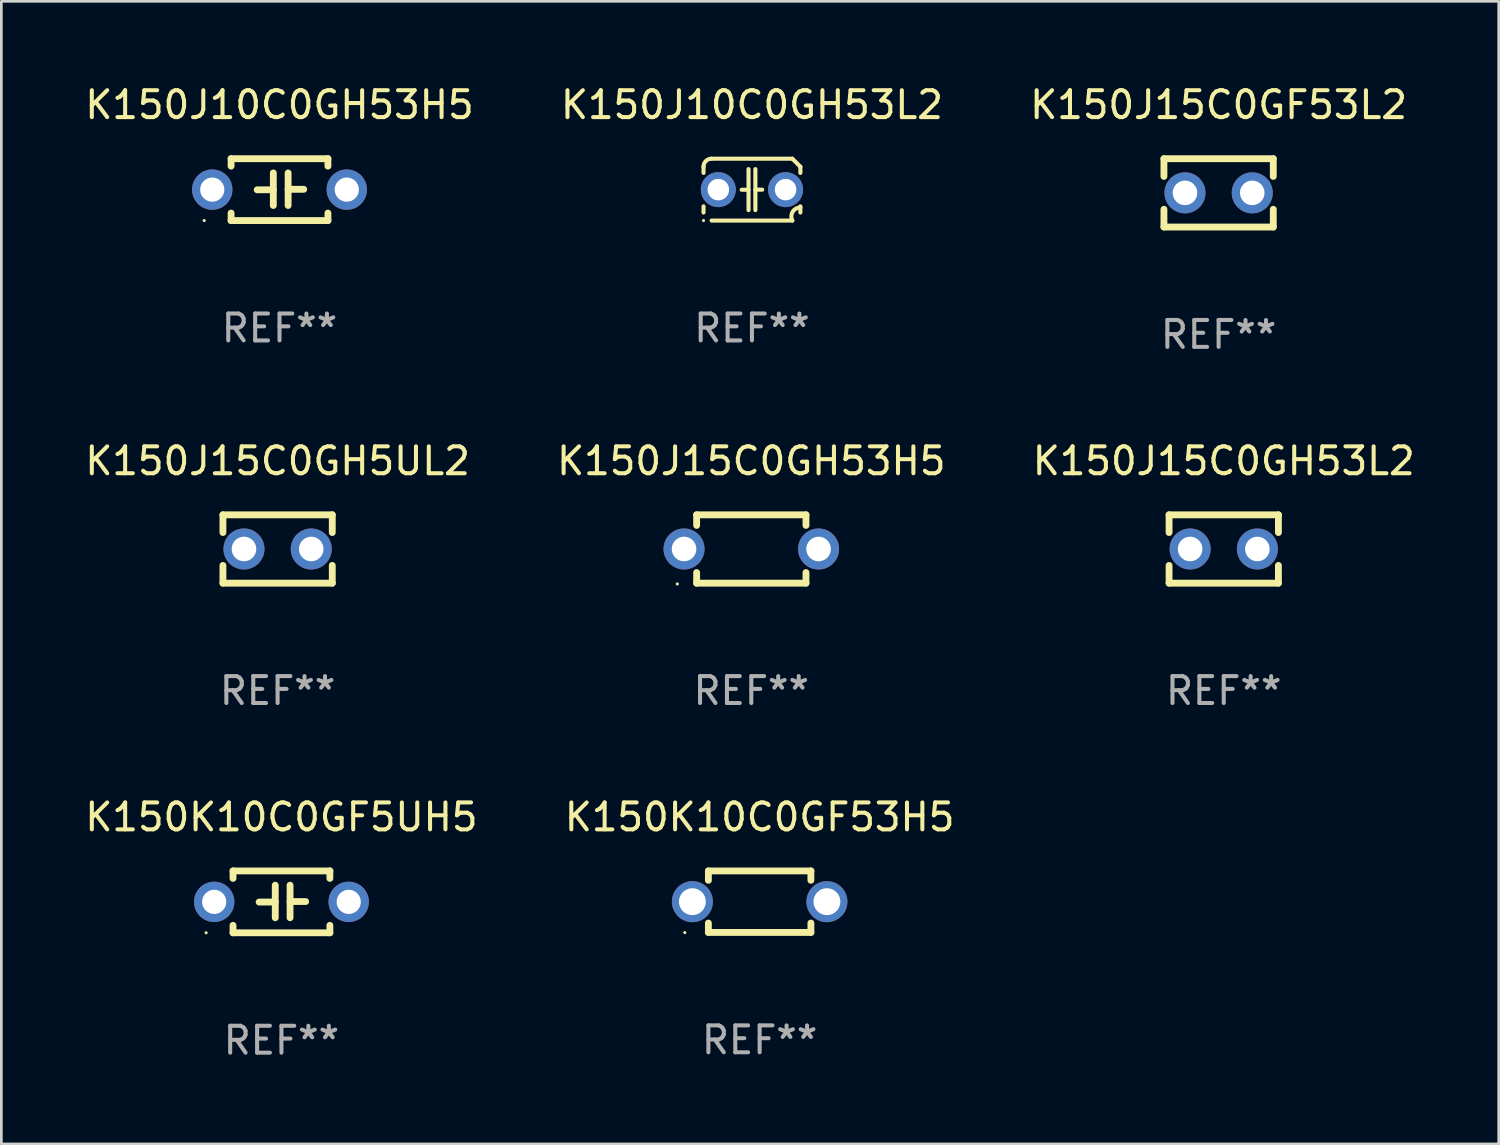
<source format=kicad_pcb>
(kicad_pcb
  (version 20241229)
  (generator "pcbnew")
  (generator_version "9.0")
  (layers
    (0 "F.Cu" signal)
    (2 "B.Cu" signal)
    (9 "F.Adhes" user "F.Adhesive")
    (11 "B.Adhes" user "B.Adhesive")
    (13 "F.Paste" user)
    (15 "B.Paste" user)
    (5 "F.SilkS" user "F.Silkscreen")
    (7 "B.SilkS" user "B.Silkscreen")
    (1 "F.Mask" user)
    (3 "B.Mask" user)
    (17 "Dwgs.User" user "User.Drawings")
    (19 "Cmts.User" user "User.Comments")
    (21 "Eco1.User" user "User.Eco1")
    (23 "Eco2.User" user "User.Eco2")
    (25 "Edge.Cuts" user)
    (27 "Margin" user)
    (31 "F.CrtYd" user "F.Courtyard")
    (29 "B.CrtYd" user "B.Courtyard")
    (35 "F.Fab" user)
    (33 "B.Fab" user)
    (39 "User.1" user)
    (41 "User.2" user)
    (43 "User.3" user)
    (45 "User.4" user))
  (footprint "K150K10C0GF53H5"
    (layer "F.Cu")
    (at 25.185 30.464)
    (property "Reference" "K150K10C0GF53H5" (at 0 -3.143 0) (layer "F.SilkS") (effects (font (size 1 1) (thickness 0.15))))
    (attr through_hole)
    (fp_line (start -1.905 -1.143) (end 1.905 -1.143) (stroke (width 0.254) (type solid)) (layer "F.SilkS"))
    (fp_line (start -1.905 -0.795) (end -1.905 -1.143) (stroke (width 0.254) (type solid)) (layer "F.SilkS"))
    (fp_line (start -1.905 1.143) (end -1.905 0.795) (stroke (width 0.254) (type solid)) (layer "F.SilkS"))
    (fp_line (start 1.905 -1.143) (end 1.905 -0.795) (stroke (width 0.254) (type solid)) (layer "F.SilkS"))
    (fp_line (start 1.905 0.795) (end 1.905 1.143) (stroke (width 0.254) (type solid)) (layer "F.SilkS"))
    (fp_line (start 1.905 1.143) (end -1.905 1.143) (stroke (width 0.254) (type solid)) (layer "F.SilkS"))
    (fp_circle (center -2.781 1.15) (end -2.751 1.15) (stroke (width 0.06) (type solid)) (fill no) (layer "F.SilkS"))
    (fp_text user "REF**" (at 0 5.143 0) (layer "F.Fab") (effects (font (size 1 1) (thickness 0.15))))
    (pad "1" thru_hole circle (at -2.5 0) (size 1.524 1.524) (drill 1) (layers "*.Cu" "*.Mask"))
    (pad "2" thru_hole circle (at 2.5 0) (size 1.524 1.524) (drill 1) (layers "*.Cu" "*.Mask")))
  (footprint "K150J10C0GH53H5"
    (layer "F.Cu")
    (at 7.339 3.998)
    (property "Reference" "K150J10C0GH53H5" (at 0 -3.15 0) (layer "F.SilkS") (effects (font (size 1 1) (thickness 0.15))))
    (attr through_hole)
    (fp_line (start -1.8 -1.15) (end -1.8 -0.872) (stroke (width 0.254) (type solid)) (layer "F.SilkS"))
    (fp_line (start -1.8 -1.15) (end 1.8 -1.15) (stroke (width 0.254) (type solid)) (layer "F.SilkS"))
    (fp_line (start -1.8 0.872) (end -1.8 1.15) (stroke (width 0.254) (type solid)) (layer "F.SilkS"))
    (fp_line (start -1.8 1.15) (end 1.8 1.15) (stroke (width 0.254) (type solid)) (layer "F.SilkS"))
    (fp_line (start -0.23 -0.62) (end -0.23 0.59) (stroke (width 0.254) (type solid)) (layer "F.SilkS"))
    (fp_line (start -0.23 0.007) (end -0.83 0.007) (stroke (width 0.254) (type solid)) (layer "F.SilkS"))
    (fp_line (start 0.32 -0.62) (end 0.32 0.59) (stroke (width 0.254) (type solid)) (layer "F.SilkS"))
    (fp_line (start 0.32 -0.012) (end 0.9 -0.012) (stroke (width 0.254) (type solid)) (layer "F.SilkS"))
    (fp_line (start 1.8 -1.15) (end 1.8 -0.872) (stroke (width 0.254) (type solid)) (layer "F.SilkS"))
    (fp_line (start 1.8 0.872) (end 1.8 1.15) (stroke (width 0.254) (type solid)) (layer "F.SilkS"))
    (fp_circle (center -2.8 1.15) (end -2.77 1.15) (stroke (width 0.06) (type solid)) (fill no) (layer "F.SilkS"))
    (fp_text user "REF**" (at 0 5.15 0) (layer "F.Fab") (effects (font (size 1 1) (thickness 0.15))))
    (pad "1" thru_hole circle (at -2.5 0) (size 1.5 1.5) (drill 0.9) (layers "*.Cu" "*.Mask"))
    (pad "2" thru_hole circle (at 2.5 0) (size 1.5 1.5) (drill 0.9) (layers "*.Cu" "*.Mask")))
  (footprint "K150J15C0GH53H5"
    (layer "F.Cu")
    (at 24.875 17.355)
    (property "Reference" "K150J15C0GH53H5" (at 0 -3.27 0) (layer "F.SilkS") (effects (font (size 1 1) (thickness 0.15))))
    (attr through_hole)
    (fp_line (start -2.032 -1.27) (end -2.032 -0.876) (stroke (width 0.254) (type solid)) (layer "F.SilkS"))
    (fp_line (start -2.032 0.876) (end -2.032 1.27) (stroke (width 0.254) (type solid)) (layer "F.SilkS"))
    (fp_line (start -2.032 1.27) (end 2.032 1.27) (stroke (width 0.254) (type solid)) (layer "F.SilkS"))
    (fp_line (start 2.032 -1.27) (end -2.032 -1.27) (stroke (width 0.254) (type solid)) (layer "F.SilkS"))
    (fp_line (start 2.032 -0.876) (end 2.032 -1.27) (stroke (width 0.254) (type solid)) (layer "F.SilkS"))
    (fp_line (start 2.032 1.27) (end 2.032 0.876) (stroke (width 0.254) (type solid)) (layer "F.SilkS"))
    (fp_circle (center -2.751 1.3) (end -2.721 1.3) (stroke (width 0.06) (type solid)) (fill no) (layer "F.SilkS"))
    (fp_text user "REF**" (at 0 5.27 0) (layer "F.Fab") (effects (font (size 1 1) (thickness 0.15))))
    (pad "1" thru_hole circle (at -2.5 0) (size 1.524 1.524) (drill 0.914) (layers "*.Cu" "*.Mask"))
    (pad "2" thru_hole circle (at 2.5 0) (size 1.524 1.524) (drill 0.914) (layers "*.Cu" "*.Mask")))
  (footprint "K150K10C0GF5UH5"
    (layer "F.Cu")
    (at 7.411 30.471)
    (property "Reference" "K150K10C0GF5UH5" (at 0 -3.15 0) (layer "F.SilkS") (effects (font (size 1 1) (thickness 0.15))))
    (attr through_hole)
    (fp_line (start -1.8 -1.15) (end -1.8 -0.872) (stroke (width 0.254) (type solid)) (layer "F.SilkS"))
    (fp_line (start -1.8 -1.15) (end 1.8 -1.15) (stroke (width 0.254) (type solid)) (layer "F.SilkS"))
    (fp_line (start -1.8 0.872) (end -1.8 1.15) (stroke (width 0.254) (type solid)) (layer "F.SilkS"))
    (fp_line (start -1.8 1.15) (end 1.8 1.15) (stroke (width 0.254) (type solid)) (layer "F.SilkS"))
    (fp_line (start -0.23 -0.62) (end -0.23 0.59) (stroke (width 0.254) (type solid)) (layer "F.SilkS"))
    (fp_line (start -0.23 0.007) (end -0.83 0.007) (stroke (width 0.254) (type solid)) (layer "F.SilkS"))
    (fp_line (start 0.32 -0.62) (end 0.32 0.59) (stroke (width 0.254) (type solid)) (layer "F.SilkS"))
    (fp_line (start 0.32 -0.012) (end 0.9 -0.012) (stroke (width 0.254) (type solid)) (layer "F.SilkS"))
    (fp_line (start 1.8 -1.15) (end 1.8 -0.872) (stroke (width 0.254) (type solid)) (layer "F.SilkS"))
    (fp_line (start 1.8 0.872) (end 1.8 1.15) (stroke (width 0.254) (type solid)) (layer "F.SilkS"))
    (fp_circle (center -2.8 1.15) (end -2.77 1.15) (stroke (width 0.06) (type solid)) (fill no) (layer "F.SilkS"))
    (fp_text user "REF**" (at 0 5.15 0) (layer "F.Fab") (effects (font (size 1 1) (thickness 0.15))))
    (pad "1" thru_hole circle (at -2.5 0) (size 1.5 1.5) (drill 0.9) (layers "*.Cu" "*.Mask"))
    (pad "2" thru_hole circle (at 2.5 0) (size 1.5 1.5) (drill 0.9) (layers "*.Cu" "*.Mask")))
  (footprint "K150J15C0GH5UL2"
    (layer "F.Cu")
    (at 7.268 17.355)
    (property "Reference" "K150J15C0GH5UL2" (at 0 -3.27 0) (layer "F.SilkS") (effects (font (size 1 1) (thickness 0.15))))
    (attr through_hole)
    (fp_line (start -2.032 -1.27) (end -2.032 -0.611) (stroke (width 0.254) (type solid)) (layer "F.SilkS"))
    (fp_line (start -2.032 0.611) (end -2.032 1.27) (stroke (width 0.254) (type solid)) (layer "F.SilkS"))
    (fp_line (start -2.032 1.27) (end 2.032 1.27) (stroke (width 0.254) (type solid)) (layer "F.SilkS"))
    (fp_line (start 2.032 -1.27) (end -2.032 -1.27) (stroke (width 0.254) (type solid)) (layer "F.SilkS"))
    (fp_line (start 2.032 -0.611) (end 2.032 -1.27) (stroke (width 0.254) (type solid)) (layer "F.SilkS"))
    (fp_line (start 2.032 1.27) (end 2.032 0.611) (stroke (width 0.254) (type solid)) (layer "F.SilkS"))
    (fp_circle (center -2 1.3) (end -1.97 1.3) (stroke (width 0.06) (type solid)) (fill no) (layer "F.SilkS"))
    (fp_text user "REF**" (at 0 5.27 0) (layer "F.Fab") (effects (font (size 1 1) (thickness 0.15))))
    (pad "1" thru_hole circle (at -1.25 0) (size 1.524 1.524) (drill 0.914) (layers "*.Cu" "*.Mask"))
    (pad "2" thru_hole circle (at 1.25 0) (size 1.524 1.524) (drill 0.914) (layers "*.Cu" "*.Mask")))
  (footprint "K150J15C0GF53L2"
    (layer "F.Cu")
    (at 42.244 4.118)
    (property "Reference" "K150J15C0GF53L2" (at 0 -3.27 0) (layer "F.SilkS") (effects (font (size 1 1) (thickness 0.15))))
    (attr through_hole)
    (fp_line (start -2.032 -1.27) (end -2.032 -0.611) (stroke (width 0.254) (type solid)) (layer "F.SilkS"))
    (fp_line (start -2.032 0.611) (end -2.032 1.27) (stroke (width 0.254) (type solid)) (layer "F.SilkS"))
    (fp_line (start -2.032 1.27) (end 2.032 1.27) (stroke (width 0.254) (type solid)) (layer "F.SilkS"))
    (fp_line (start 2.032 -1.27) (end -2.032 -1.27) (stroke (width 0.254) (type solid)) (layer "F.SilkS"))
    (fp_line (start 2.032 -0.611) (end 2.032 -1.27) (stroke (width 0.254) (type solid)) (layer "F.SilkS"))
    (fp_line (start 2.032 1.27) (end 2.032 0.611) (stroke (width 0.254) (type solid)) (layer "F.SilkS"))
    (fp_circle (center -2 1.3) (end -1.97 1.3) (stroke (width 0.06) (type solid)) (fill no) (layer "F.SilkS"))
    (fp_text user "REF**" (at 0 5.27 0) (layer "F.Fab") (effects (font (size 1 1) (thickness 0.15))))
    (pad "1" thru_hole circle (at -1.25 0) (size 1.524 1.524) (drill 0.914) (layers "*.Cu" "*.Mask"))
    (pad "2" thru_hole circle (at 1.25 0) (size 1.524 1.524) (drill 0.914) (layers "*.Cu" "*.Mask")))
  (footprint "K150J10C0GH53L2"
    (layer "F.Cu")
    (at 24.899 3.998)
    (property "Reference" "K150J10C0GH53L2" (at 0 -3.15 0) (layer "F.SilkS") (effects (font (size 1 1) (thickness 0.15))))
    (attr through_hole)
    (fp_line (start -1.8 -0.621) (end -1.8 -0.85) (stroke (width 0.152) (type solid)) (layer "F.SilkS"))
    (fp_line (start -1.8 0.85) (end -1.8 0.621) (stroke (width 0.152) (type solid)) (layer "F.SilkS"))
    (fp_line (start -1.5 -1.15) (end 1.5 -1.15) (stroke (width 0.152) (type solid)) (layer "F.SilkS"))
    (fp_line (start -0.127 -0.762) (end -0.127 0.762) (stroke (width 0.152) (type solid)) (layer "F.SilkS"))
    (fp_line (start -0.127 0.005) (end -0.381 0.005) (stroke (width 0.152) (type solid)) (layer "F.SilkS"))
    (fp_line (start 0.127 -0.762) (end 0.127 0.762) (stroke (width 0.152) (type solid)) (layer "F.SilkS"))
    (fp_line (start 0.127 0.002) (end 0.381 0.002) (stroke (width 0.152) (type solid)) (layer "F.SilkS"))
    (fp_line (start 1.5 1.15) (end -1.5 1.15) (stroke (width 0.152) (type solid)) (layer "F.SilkS"))
    (fp_line (start 1.8 -0.85) (end 1.8 -0.621) (stroke (width 0.152) (type solid)) (layer "F.SilkS"))
    (fp_line (start 1.8 0.621) (end 1.8 0.85) (stroke (width 0.152) (type solid)) (layer "F.SilkS"))
    (fp_arc (start -1.799975 -0.849987) (mid -1.712107 -1.062119) (end -1.499975 -1.149987) (stroke (width 0.151994) (type solid)) (layer "F.SilkS"))
    (fp_arc (start 1.499975 1.149987) (mid 1.513726 0.822359) (end 1.799975 0.662387) (stroke (width 0.151994) (type solid)) (layer "F.SilkS"))
    (fp_arc (start 1.500001 -1.149986) (mid 1.650015 -1.000001) (end 1.8 -0.849987) (stroke (width 0.151994) (type solid)) (layer "F.SilkS"))
    (fp_circle (center -1.8 1.15) (end -1.77 1.15) (stroke (width 0.06) (type solid)) (fill no) (layer "F.SilkS"))
    (fp_text user "REF**" (at 0 5.15 0) (layer "F.Fab") (effects (font (size 1 1) (thickness 0.15))))
    (pad "1" thru_hole circle (at -1.25 0) (size 1.3 1.3) (drill 0.8) (layers "*.Cu" "*.Mask"))
    (pad "2" thru_hole circle (at 1.25 0) (size 1.3 1.3) (drill 0.8) (layers "*.Cu" "*.Mask")))
  (footprint "K150J15C0GH53L2"
    (layer "F.Cu")
    (at 42.435 17.355)
    (property "Reference" "K150J15C0GH53L2" (at 0 -3.27 0) (layer "F.SilkS") (effects (font (size 1 1) (thickness 0.15))))
    (attr through_hole)
    (fp_line (start -2.032 -1.27) (end -2.032 -0.611) (stroke (width 0.254) (type solid)) (layer "F.SilkS"))
    (fp_line (start -2.032 0.611) (end -2.032 1.27) (stroke (width 0.254) (type solid)) (layer "F.SilkS"))
    (fp_line (start -2.032 1.27) (end 2.032 1.27) (stroke (width 0.254) (type solid)) (layer "F.SilkS"))
    (fp_line (start 2.032 -1.27) (end -2.032 -1.27) (stroke (width 0.254) (type solid)) (layer "F.SilkS"))
    (fp_line (start 2.032 -0.611) (end 2.032 -1.27) (stroke (width 0.254) (type solid)) (layer "F.SilkS"))
    (fp_line (start 2.032 1.27) (end 2.032 0.611) (stroke (width 0.254) (type solid)) (layer "F.SilkS"))
    (fp_circle (center -2 1.3) (end -1.97 1.3) (stroke (width 0.06) (type solid)) (fill no) (layer "F.SilkS"))
    (fp_text user "REF**" (at 0 5.27 0) (layer "F.Fab") (effects (font (size 1 1) (thickness 0.15))))
    (pad "1" thru_hole circle (at -1.25 0) (size 1.524 1.524) (drill 0.914) (layers "*.Cu" "*.Mask"))
    (pad "2" thru_hole circle (at 1.25 0) (size 1.524 1.524) (drill 0.914) (layers "*.Cu" "*.Mask")))
  (gr_rect
    (start -3 -3)
    (end 52.655 39.47)
    (stroke (width 0.1) (type default))
    (fill no)
    (layer "Edge.Cuts")))
</source>
